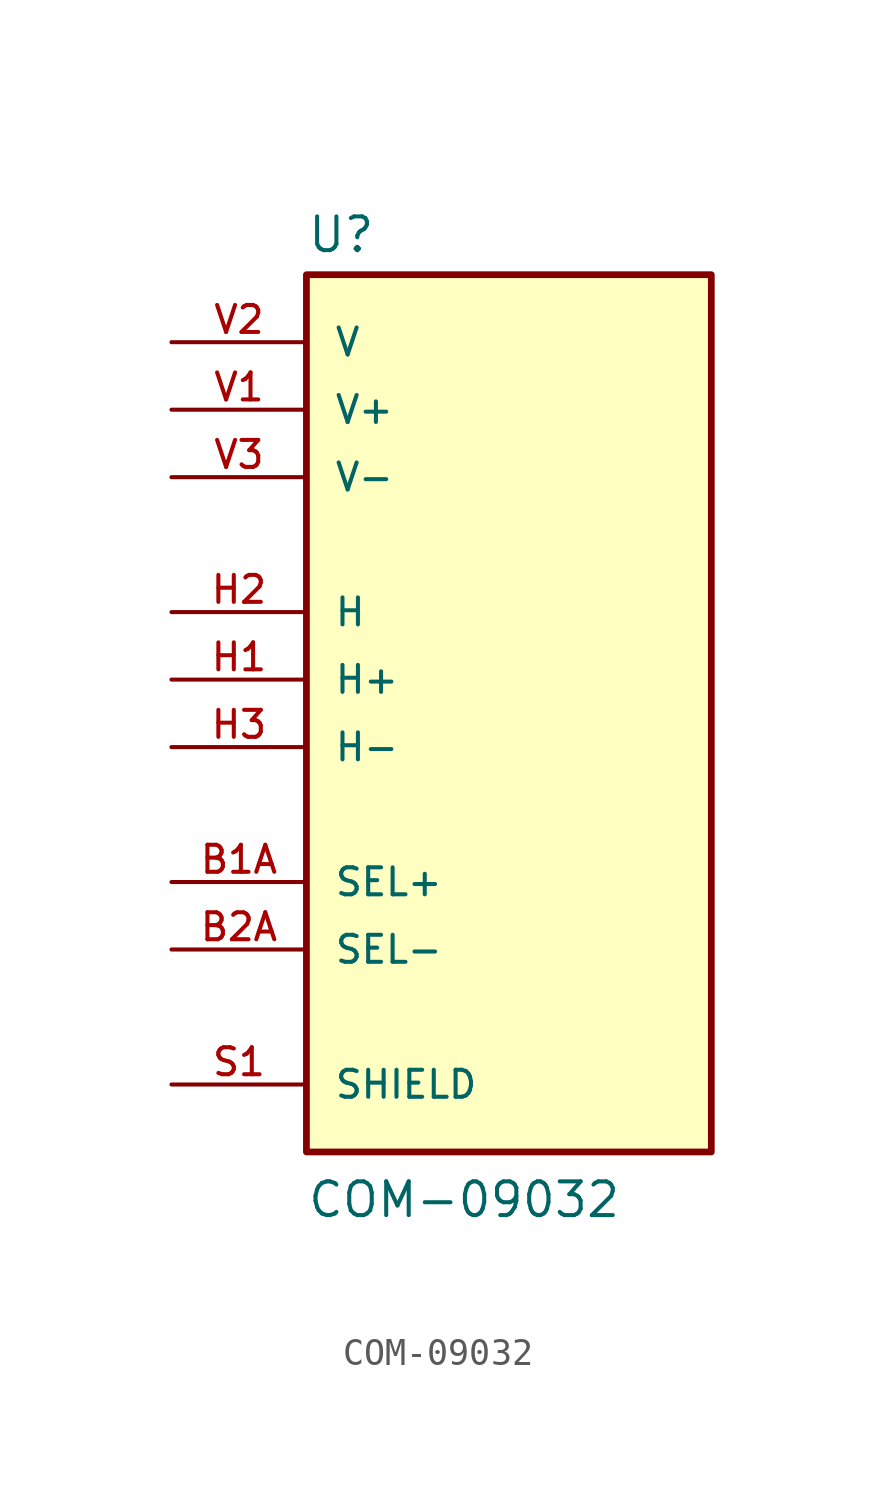
<source format=kicad_sym>
(kicad_symbol_lib
  (version 20211014)
  (generator kicad_symbol_editor)
  (symbol "COM-09032"
    (pin_names
      (offset 1.016))
    (property "Reference" "U"
      (at -7.62 16.002 0)
      (effects (font (size 1.27 1.27)) (justify left bottom)))
    (property "Value" "COM-09032"
      (at -7.62 -20.32 0)
      (effects (font (size 1.27 1.27)) (justify left bottom)))
    (property "ki_locked" ""
      (at 0 0 0)
      (effects (font (size 1.27 1.27))))
    (symbol "COM-09032_0_0"
      (rectangle (start -7.62 -17.78) (end 7.62 15.24) (stroke (width 0.254) (type default) (color 0 0 0 0)) (fill (type background)))
      (pin passive line (at -12.7 -7.62 0) (length 5.08) (name "SEL+" (effects (font (size 1.016 1.016)))) (number "B1A" (effects (font (size 1.016 1.016)))))
      (pin passive line (at -12.7 -10.16 0) (length 5.08) (name "SEL-" (effects (font (size 1.016 1.016)))) (number "B2A" (effects (font (size 1.016 1.016)))))
      (pin passive line (at -12.7 0 0) (length 5.08) (name "H+" (effects (font (size 1.016 1.016)))) (number "H1" (effects (font (size 1.016 1.016)))))
      (pin passive line (at -12.7 2.54 0) (length 5.08) (name "H" (effects (font (size 1.016 1.016)))) (number "H2" (effects (font (size 1.016 1.016)))))
      (pin passive line (at -12.7 -2.54 0) (length 5.08) (name "H-" (effects (font (size 1.016 1.016)))) (number "H3" (effects (font (size 1.016 1.016)))))
      (pin passive line (at -12.7 -15.24 0) (length 5.08) (name "SHIELD" (effects (font (size 1.016 1.016)))) (number "S1" (effects (font (size 1.016 1.016)))))
      (pin passive line (at -12.7 -15.24 0) (length 5.08) hide (name "SHIELD" (effects (font (size 1.016 1.016)))) (number "S2" (effects (font (size 1.016 1.016)))))
      (pin passive line (at -12.7 -15.24 0) (length 5.08) hide (name "SHIELD" (effects (font (size 1.016 1.016)))) (number "S3" (effects (font (size 1.016 1.016)))))
      (pin passive line (at -12.7 -15.24 0) (length 5.08) hide (name "SHIELD" (effects (font (size 1.016 1.016)))) (number "S4" (effects (font (size 1.016 1.016)))))
      (pin passive line (at -12.7 10.16 0) (length 5.08) (name "V+" (effects (font (size 1.016 1.016)))) (number "V1" (effects (font (size 1.016 1.016)))))
      (pin passive line (at -12.7 12.7 0) (length 5.08) (name "V" (effects (font (size 1.016 1.016)))) (number "V2" (effects (font (size 1.016 1.016)))))
      (pin passive line (at -12.7 7.62 0) (length 5.08) (name "V-" (effects (font (size 1.016 1.016)))) (number "V3" (effects (font (size 1.016 1.016))))))))
</source>
